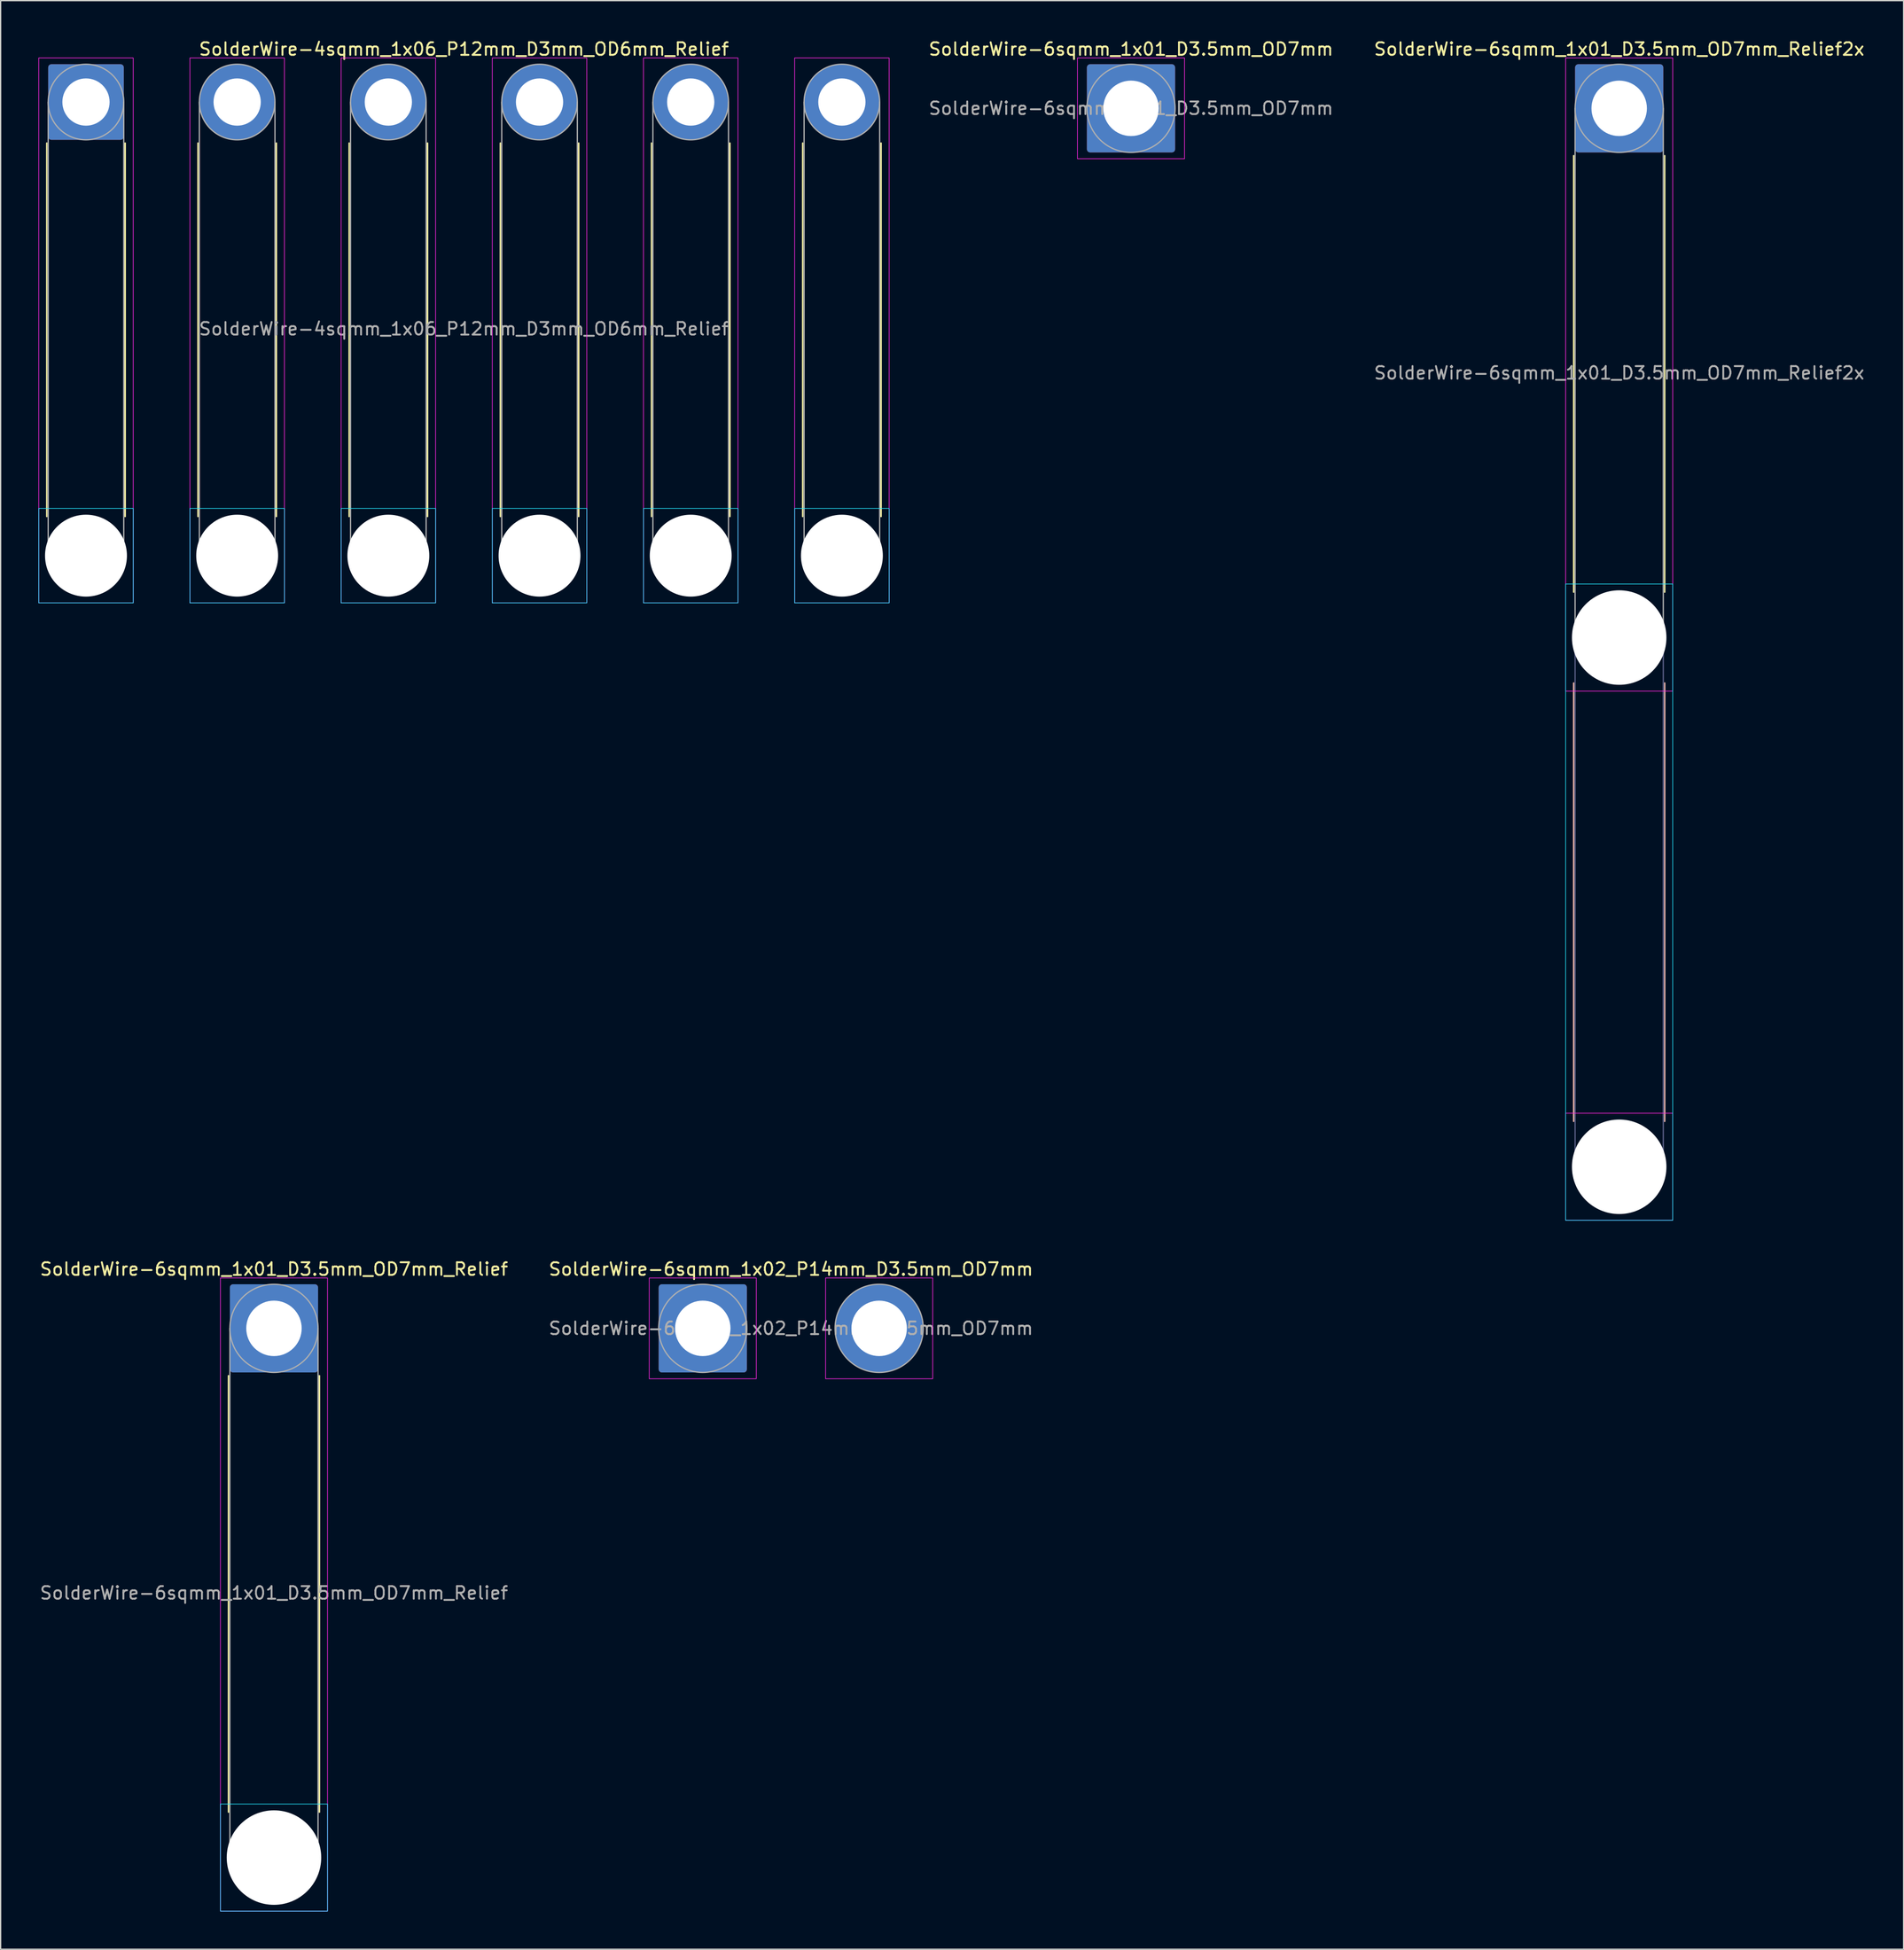
<source format=kicad_pcb>
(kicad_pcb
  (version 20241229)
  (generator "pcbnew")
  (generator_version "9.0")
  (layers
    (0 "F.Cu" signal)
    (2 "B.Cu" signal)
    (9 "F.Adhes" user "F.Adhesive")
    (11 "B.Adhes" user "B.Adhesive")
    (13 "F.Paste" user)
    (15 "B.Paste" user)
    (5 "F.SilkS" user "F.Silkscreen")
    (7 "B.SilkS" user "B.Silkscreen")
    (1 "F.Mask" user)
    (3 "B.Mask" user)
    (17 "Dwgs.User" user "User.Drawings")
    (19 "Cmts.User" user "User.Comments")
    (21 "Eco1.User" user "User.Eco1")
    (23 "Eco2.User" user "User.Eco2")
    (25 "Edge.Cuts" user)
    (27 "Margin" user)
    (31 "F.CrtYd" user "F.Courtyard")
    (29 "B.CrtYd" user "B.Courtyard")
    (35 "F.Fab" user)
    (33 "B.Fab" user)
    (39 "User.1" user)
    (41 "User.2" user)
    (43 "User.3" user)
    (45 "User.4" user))
  (footprint "SolderWire-6sqmm_1x01_D3.5mm_OD7mm_Relief2x"
    (layer "F.Cu")
    (at 125.473 5.548)
    (property "Reference" "SolderWire-6sqmm_1x01_D3.5mm_OD7mm_Relief2x" (at 0 -4.7 0) (layer "F.SilkS") (effects (font (size 1 1) (thickness 0.15))))
    (attr exclude_from_pos_files exclude_from_bom)
    (fp_line (start -3.61 3.76) (end -3.61 38.39) (stroke (width 0.12) (type solid)) (layer "F.SilkS"))
    (fp_line (start 3.61 3.76) (end 3.61 38.39) (stroke (width 0.12) (type solid)) (layer "F.SilkS"))
    (fp_line (start -3.61 45.61) (end -3.61 80.39) (stroke (width 0.12) (type solid)) (layer "B.SilkS"))
    (fp_line (start 3.61 45.61) (end 3.61 80.39) (stroke (width 0.12) (type solid)) (layer "B.SilkS"))
    (fp_rect (start -4.25 37.75) (end 4.25 88.25) (stroke (width 0.05) (type solid)) (fill no) (layer "B.CrtYd"))
    (fp_rect (start -4.25 -4) (end 4.25 46.25) (stroke (width 0.05) (type solid)) (fill no) (layer "F.CrtYd"))
    (fp_rect (start -4.25 79.75) (end 4.25 88.25) (stroke (width 0.05) (type solid)) (fill no) (layer "F.CrtYd"))
    (fp_line (start -3.5 42) (end -3.5 84) (stroke (width 0.1) (type solid)) (layer "B.Fab"))
    (fp_line (start 3.5 42) (end 3.5 84) (stroke (width 0.1) (type solid)) (layer "B.Fab"))
    (fp_circle (center 0 42) (end 3.5 42) (stroke (width 0.1) (type solid)) (fill no) (layer "B.Fab"))
    (fp_circle (center 0 84) (end 3.5 84) (stroke (width 0.1) (type solid)) (fill no) (layer "B.Fab"))
    (fp_line (start -3.5 0) (end -3.5 42) (stroke (width 0.1) (type solid)) (layer "F.Fab"))
    (fp_line (start 3.5 0) (end 3.5 42) (stroke (width 0.1) (type solid)) (layer "F.Fab"))
    (fp_circle (center 0 0) (end 3.5 0) (stroke (width 0.1) (type solid)) (fill no) (layer "F.Fab"))
    (fp_circle (center 0 42) (end 3.5 42) (stroke (width 0.1) (type solid)) (fill no) (layer "F.Fab"))
    (fp_circle (center 0 84) (end 3.5 84) (stroke (width 0.1) (type solid)) (fill no) (layer "F.Fab"))
    (fp_text user "${REFERENCE}" (at 0 21 0) (layer "F.Fab") (effects (font (size 1 1) (thickness 0.15))))
    (pad "" np_thru_hole circle (at 0 42) (size 7.5 7.5) (drill 7.5) (layers "*.Cu" "*.Mask"))
    (pad "" np_thru_hole circle (at 0 84) (size 7.5 7.5) (drill 7.5) (layers "*.Cu" "*.Mask"))
    (pad "1" thru_hole roundrect (at 0 0) (size 7 7) (drill 4.4) (layers "*.Cu" "*.Mask") (roundrect_rratio 0.036)))
  (footprint "SolderWire-6sqmm_1x02_P14mm_D3.5mm_OD7mm"
    (layer "F.Cu")
    (at 52.732 102.371)
    (property "Reference" "SolderWire-6sqmm_1x02_P14mm_D3.5mm_OD7mm" (at 7 -4.7 0) (layer "F.SilkS") (effects (font (size 1 1) (thickness 0.15))))
    (attr exclude_from_pos_files exclude_from_bom)
    (fp_rect (start -4.25 -4) (end 4.25 4) (stroke (width 0.05) (type solid)) (fill no) (layer "F.CrtYd"))
    (fp_rect (start 9.75 -4) (end 18.25 4) (stroke (width 0.05) (type solid)) (fill no) (layer "F.CrtYd"))
    (fp_circle (center 0 0) (end 3.5 0) (stroke (width 0.1) (type solid)) (fill no) (layer "F.Fab"))
    (fp_circle (center 14 0) (end 17.5 0) (stroke (width 0.1) (type solid)) (fill no) (layer "F.Fab"))
    (fp_text user "${REFERENCE}" (at 7 0 0) (layer "F.Fab") (effects (font (size 1 1) (thickness 0.15))))
    (pad "1" thru_hole roundrect (at 0 0) (size 7 7) (drill 4.4) (layers "*.Cu" "*.Mask") (roundrect_rratio 0.036))
    (pad "2" thru_hole circle (at 14 0) (size 7 7) (drill 4.4) (layers "*.Cu" "*.Mask")))
  (footprint "SolderWire-6sqmm_1x01_D3.5mm_OD7mm"
    (layer "F.Cu")
    (at 86.723 5.548)
    (property "Reference" "SolderWire-6sqmm_1x01_D3.5mm_OD7mm" (at 0 -4.7 0) (layer "F.SilkS") (effects (font (size 1 1) (thickness 0.15))))
    (attr exclude_from_pos_files exclude_from_bom)
    (fp_rect (start -4.25 -4) (end 4.25 4) (stroke (width 0.05) (type solid)) (fill no) (layer "F.CrtYd"))
    (fp_circle (center 0 0) (end 3.5 0) (stroke (width 0.1) (type solid)) (fill no) (layer "F.Fab"))
    (fp_text user "${REFERENCE}" (at 0 0 0) (layer "F.Fab") (effects (font (size 1 1) (thickness 0.15))))
    (pad "1" thru_hole roundrect (at 0 0) (size 7 7) (drill 4.4) (layers "*.Cu" "*.Mask") (roundrect_rratio 0.036)))
  (footprint "SolderWire-4sqmm_1x06_P12mm_D3mm_OD6mm_Relief"
    (layer "F.Cu")
    (at 3.775 5.048)
    (property "Reference" "SolderWire-4sqmm_1x06_P12mm_D3mm_OD6mm_Relief" (at 30 -4.2 0) (layer "F.SilkS") (effects (font (size 1 1) (thickness 0.15))))
    (attr exclude_from_pos_files exclude_from_bom)
    (fp_line (start -3.11 3.26) (end -3.11 32.89) (stroke (width 0.12) (type solid)) (layer "F.SilkS"))
    (fp_line (start 3.11 3.26) (end 3.11 32.89) (stroke (width 0.12) (type solid)) (layer "F.SilkS"))
    (fp_line (start 8.89 3.26) (end 8.89 32.89) (stroke (width 0.12) (type solid)) (layer "F.SilkS"))
    (fp_line (start 15.11 3.26) (end 15.11 32.89) (stroke (width 0.12) (type solid)) (layer "F.SilkS"))
    (fp_line (start 20.89 3.26) (end 20.89 32.89) (stroke (width 0.12) (type solid)) (layer "F.SilkS"))
    (fp_line (start 27.11 3.26) (end 27.11 32.89) (stroke (width 0.12) (type solid)) (layer "F.SilkS"))
    (fp_line (start 32.89 3.26) (end 32.89 32.89) (stroke (width 0.12) (type solid)) (layer "F.SilkS"))
    (fp_line (start 39.11 3.26) (end 39.11 32.89) (stroke (width 0.12) (type solid)) (layer "F.SilkS"))
    (fp_line (start 44.89 3.26) (end 44.89 32.89) (stroke (width 0.12) (type solid)) (layer "F.SilkS"))
    (fp_line (start 51.11 3.26) (end 51.11 32.89) (stroke (width 0.12) (type solid)) (layer "F.SilkS"))
    (fp_line (start 56.89 3.26) (end 56.89 32.89) (stroke (width 0.12) (type solid)) (layer "F.SilkS"))
    (fp_line (start 63.11 3.26) (end 63.11 32.89) (stroke (width 0.12) (type solid)) (layer "F.SilkS"))
    (fp_rect (start -3.75 32.25) (end 3.75 39.75) (stroke (width 0.05) (type solid)) (fill no) (layer "B.CrtYd"))
    (fp_rect (start 8.25 32.25) (end 15.75 39.75) (stroke (width 0.05) (type solid)) (fill no) (layer "B.CrtYd"))
    (fp_rect (start 20.25 32.25) (end 27.75 39.75) (stroke (width 0.05) (type solid)) (fill no) (layer "B.CrtYd"))
    (fp_rect (start 32.25 32.25) (end 39.75 39.75) (stroke (width 0.05) (type solid)) (fill no) (layer "B.CrtYd"))
    (fp_rect (start 44.25 32.25) (end 51.75 39.75) (stroke (width 0.05) (type solid)) (fill no) (layer "B.CrtYd"))
    (fp_rect (start 56.25 32.25) (end 63.75 39.75) (stroke (width 0.05) (type solid)) (fill no) (layer "B.CrtYd"))
    (fp_rect (start -3.75 -3.5) (end 3.75 39.75) (stroke (width 0.05) (type solid)) (fill no) (layer "F.CrtYd"))
    (fp_rect (start 8.25 -3.5) (end 15.75 39.75) (stroke (width 0.05) (type solid)) (fill no) (layer "F.CrtYd"))
    (fp_rect (start 20.25 -3.5) (end 27.75 39.75) (stroke (width 0.05) (type solid)) (fill no) (layer "F.CrtYd"))
    (fp_rect (start 32.25 -3.5) (end 39.75 39.75) (stroke (width 0.05) (type solid)) (fill no) (layer "F.CrtYd"))
    (fp_rect (start 44.25 -3.5) (end 51.75 39.75) (stroke (width 0.05) (type solid)) (fill no) (layer "F.CrtYd"))
    (fp_rect (start 56.25 -3.5) (end 63.75 39.75) (stroke (width 0.05) (type solid)) (fill no) (layer "F.CrtYd"))
    (fp_line (start -3 0) (end -3 36) (stroke (width 0.1) (type solid)) (layer "F.Fab"))
    (fp_line (start 3 0) (end 3 36) (stroke (width 0.1) (type solid)) (layer "F.Fab"))
    (fp_line (start 9 0) (end 9 36) (stroke (width 0.1) (type solid)) (layer "F.Fab"))
    (fp_line (start 15 0) (end 15 36) (stroke (width 0.1) (type solid)) (layer "F.Fab"))
    (fp_line (start 21 0) (end 21 36) (stroke (width 0.1) (type solid)) (layer "F.Fab"))
    (fp_line (start 27 0) (end 27 36) (stroke (width 0.1) (type solid)) (layer "F.Fab"))
    (fp_line (start 33 0) (end 33 36) (stroke (width 0.1) (type solid)) (layer "F.Fab"))
    (fp_line (start 39 0) (end 39 36) (stroke (width 0.1) (type solid)) (layer "F.Fab"))
    (fp_line (start 45 0) (end 45 36) (stroke (width 0.1) (type solid)) (layer "F.Fab"))
    (fp_line (start 51 0) (end 51 36) (stroke (width 0.1) (type solid)) (layer "F.Fab"))
    (fp_line (start 57 0) (end 57 36) (stroke (width 0.1) (type solid)) (layer "F.Fab"))
    (fp_line (start 63 0) (end 63 36) (stroke (width 0.1) (type solid)) (layer "F.Fab"))
    (fp_circle (center 0 0) (end 3 0) (stroke (width 0.1) (type solid)) (fill no) (layer "F.Fab"))
    (fp_circle (center 0 36) (end 3 36) (stroke (width 0.1) (type solid)) (fill no) (layer "F.Fab"))
    (fp_circle (center 12 0) (end 15 0) (stroke (width 0.1) (type solid)) (fill no) (layer "F.Fab"))
    (fp_circle (center 12 36) (end 15 36) (stroke (width 0.1) (type solid)) (fill no) (layer "F.Fab"))
    (fp_circle (center 24 0) (end 27 0) (stroke (width 0.1) (type solid)) (fill no) (layer "F.Fab"))
    (fp_circle (center 24 36) (end 27 36) (stroke (width 0.1) (type solid)) (fill no) (layer "F.Fab"))
    (fp_circle (center 36 0) (end 39 0) (stroke (width 0.1) (type solid)) (fill no) (layer "F.Fab"))
    (fp_circle (center 36 36) (end 39 36) (stroke (width 0.1) (type solid)) (fill no) (layer "F.Fab"))
    (fp_circle (center 48 0) (end 51 0) (stroke (width 0.1) (type solid)) (fill no) (layer "F.Fab"))
    (fp_circle (center 48 36) (end 51 36) (stroke (width 0.1) (type solid)) (fill no) (layer "F.Fab"))
    (fp_circle (center 60 0) (end 63 0) (stroke (width 0.1) (type solid)) (fill no) (layer "F.Fab"))
    (fp_circle (center 60 36) (end 63 36) (stroke (width 0.1) (type solid)) (fill no) (layer "F.Fab"))
    (fp_text user "${REFERENCE}" (at 30 18 0) (layer "F.Fab") (effects (font (size 1 1) (thickness 0.15))))
    (pad "" np_thru_hole circle (at 0 36) (size 6.5 6.5) (drill 6.5) (layers "*.Cu" "*.Mask"))
    (pad "" np_thru_hole circle (at 12 36) (size 6.5 6.5) (drill 6.5) (layers "*.Cu" "*.Mask"))
    (pad "" np_thru_hole circle (at 24 36) (size 6.5 6.5) (drill 6.5) (layers "*.Cu" "*.Mask"))
    (pad "" np_thru_hole circle (at 36 36) (size 6.5 6.5) (drill 6.5) (layers "*.Cu" "*.Mask"))
    (pad "" np_thru_hole circle (at 48 36) (size 6.5 6.5) (drill 6.5) (layers "*.Cu" "*.Mask"))
    (pad "" np_thru_hole circle (at 60 36) (size 6.5 6.5) (drill 6.5) (layers "*.Cu" "*.Mask"))
    (pad "1" thru_hole roundrect (at 0 0) (size 6 6) (drill 3.75) (layers "*.Cu" "*.Mask") (roundrect_rratio 0.042))
    (pad "2" thru_hole circle (at 12 0) (size 6 6) (drill 3.75) (layers "*.Cu" "*.Mask"))
    (pad "3" thru_hole circle (at 24 0) (size 6 6) (drill 3.75) (layers "*.Cu" "*.Mask"))
    (pad "4" thru_hole circle (at 36 0) (size 6 6) (drill 3.75) (layers "*.Cu" "*.Mask"))
    (pad "5" thru_hole circle (at 48 0) (size 6 6) (drill 3.75) (layers "*.Cu" "*.Mask"))
    (pad "6" thru_hole circle (at 60 0) (size 6 6) (drill 3.75) (layers "*.Cu" "*.Mask")))
  (footprint "SolderWire-6sqmm_1x01_D3.5mm_OD7mm_Relief"
    (layer "F.Cu")
    (at 18.696 102.371)
    (property "Reference" "SolderWire-6sqmm_1x01_D3.5mm_OD7mm_Relief" (at 0 -4.7 0) (layer "F.SilkS") (effects (font (size 1 1) (thickness 0.15))))
    (attr exclude_from_pos_files exclude_from_bom)
    (fp_line (start -3.61 3.76) (end -3.61 38.39) (stroke (width 0.12) (type solid)) (layer "F.SilkS"))
    (fp_line (start 3.61 3.76) (end 3.61 38.39) (stroke (width 0.12) (type solid)) (layer "F.SilkS"))
    (fp_rect (start -4.25 37.75) (end 4.25 46.25) (stroke (width 0.05) (type solid)) (fill no) (layer "B.CrtYd"))
    (fp_rect (start -4.25 -4) (end 4.25 46.25) (stroke (width 0.05) (type solid)) (fill no) (layer "F.CrtYd"))
    (fp_line (start -3.5 0) (end -3.5 42) (stroke (width 0.1) (type solid)) (layer "F.Fab"))
    (fp_line (start 3.5 0) (end 3.5 42) (stroke (width 0.1) (type solid)) (layer "F.Fab"))
    (fp_circle (center 0 0) (end 3.5 0) (stroke (width 0.1) (type solid)) (fill no) (layer "F.Fab"))
    (fp_circle (center 0 42) (end 3.5 42) (stroke (width 0.1) (type solid)) (fill no) (layer "F.Fab"))
    (fp_text user "${REFERENCE}" (at 0 21 0) (layer "F.Fab") (effects (font (size 1 1) (thickness 0.15))))
    (pad "" np_thru_hole circle (at 0 42) (size 7.5 7.5) (drill 7.5) (layers "*.Cu" "*.Mask"))
    (pad "1" thru_hole roundrect (at 0 0) (size 7 7) (drill 4.4) (layers "*.Cu" "*.Mask") (roundrect_rratio 0.036)))
  (gr_rect
    (start -3 -3)
    (end 148.05 151.647)
    (stroke (width 0.1) (type default))
    (fill no)
    (layer "Edge.Cuts")))
</source>
